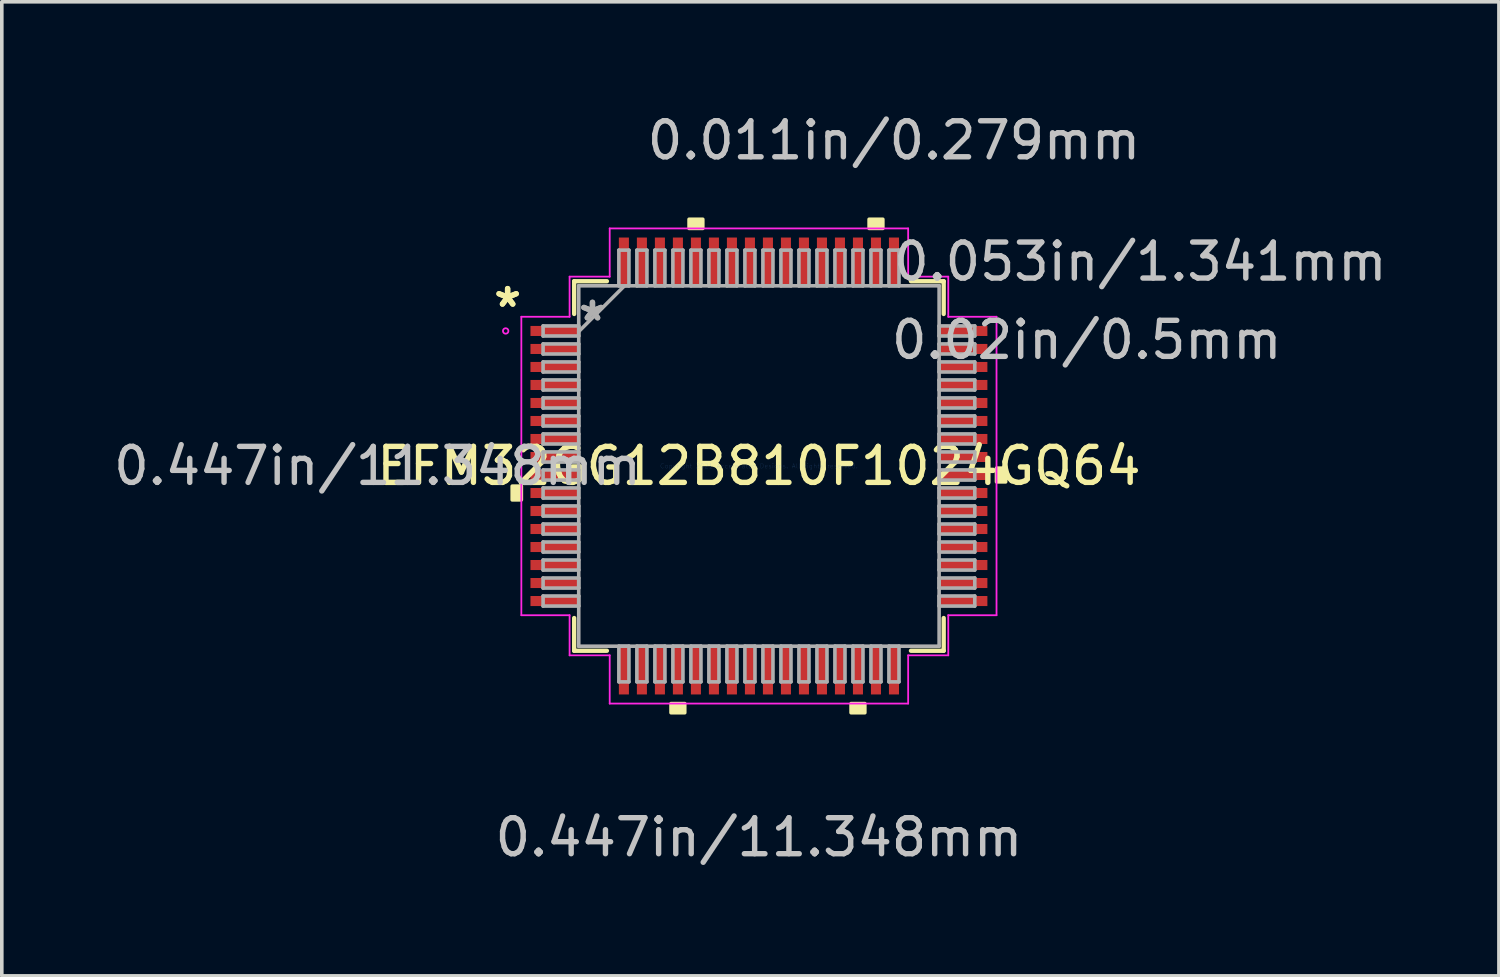
<source format=kicad_pcb>
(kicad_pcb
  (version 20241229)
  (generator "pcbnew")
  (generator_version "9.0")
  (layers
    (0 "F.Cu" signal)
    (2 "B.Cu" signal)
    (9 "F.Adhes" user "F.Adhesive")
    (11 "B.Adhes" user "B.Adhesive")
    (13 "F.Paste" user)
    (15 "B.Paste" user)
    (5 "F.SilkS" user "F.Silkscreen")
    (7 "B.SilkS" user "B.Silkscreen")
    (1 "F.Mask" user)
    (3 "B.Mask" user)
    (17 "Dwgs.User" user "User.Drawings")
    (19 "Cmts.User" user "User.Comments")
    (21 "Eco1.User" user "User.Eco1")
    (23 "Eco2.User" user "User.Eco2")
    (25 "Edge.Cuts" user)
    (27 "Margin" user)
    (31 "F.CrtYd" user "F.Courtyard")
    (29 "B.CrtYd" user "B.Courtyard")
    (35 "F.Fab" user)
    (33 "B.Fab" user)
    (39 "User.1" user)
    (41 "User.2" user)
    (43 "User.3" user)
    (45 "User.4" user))
  (footprint "EFM32GG12B810F1024GQ64"
    (layer "F.Cu")
    (at 18.026 9.891)
    (property "Reference" "EFM32GG12B810F1024GQ64" (at 0 0 0) (layer "F.SilkS") (effects (font (size 1 1) (thickness 0.15))))
    (attr through_hole)
    (fp_line (start -5.131 -5.131) (end -5.131 -4.222) (stroke (width 0.12) (type solid)) (layer "F.SilkS"))
    (fp_line (start -5.131 4.222) (end -5.131 5.131) (stroke (width 0.12) (type solid)) (layer "F.SilkS"))
    (fp_line (start -5.131 5.131) (end -4.222 5.131) (stroke (width 0.12) (type solid)) (layer "F.SilkS"))
    (fp_line (start -4.222 -5.131) (end -5.131 -5.131) (stroke (width 0.12) (type solid)) (layer "F.SilkS"))
    (fp_line (start 4.222 5.131) (end 5.131 5.131) (stroke (width 0.12) (type solid)) (layer "F.SilkS"))
    (fp_line (start 5.131 -5.131) (end 4.222 -5.131) (stroke (width 0.12) (type solid)) (layer "F.SilkS"))
    (fp_line (start 5.131 -4.222) (end 5.131 -5.131) (stroke (width 0.12) (type solid)) (layer "F.SilkS"))
    (fp_line (start 5.131 5.131) (end 5.131 4.222) (stroke (width 0.12) (type solid)) (layer "F.SilkS"))
    (fp_poly (pts (xy -6.852 0.56) (xy -6.852 0.941) (xy -6.598 0.941) (xy -6.598 0.56)) (stroke (width 0.1) (type solid)) (fill yes) (layer "F.SilkS"))
    (fp_poly (pts (xy -2.441 6.598) (xy -2.441 6.852) (xy -2.06 6.852) (xy -2.06 6.598)) (stroke (width 0.1) (type solid)) (fill yes) (layer "F.SilkS"))
    (fp_poly (pts (xy -1.94 -6.598) (xy -1.94 -6.852) (xy -1.559 -6.852) (xy -1.559 -6.598)) (stroke (width 0.1) (type solid)) (fill yes) (layer "F.SilkS"))
    (fp_poly (pts (xy 2.559 6.598) (xy 2.559 6.852) (xy 2.941 6.852) (xy 2.941 6.598)) (stroke (width 0.1) (type solid)) (fill yes) (layer "F.SilkS"))
    (fp_poly (pts (xy 3.06 -6.598) (xy 3.06 -6.852) (xy 3.441 -6.852) (xy 3.441 -6.598)) (stroke (width 0.1) (type solid)) (fill yes) (layer "F.SilkS"))
    (fp_poly (pts (xy 6.852 0.059) (xy 6.852 0.441) (xy 6.598 0.441) (xy 6.598 0.059)) (stroke (width 0.1) (type solid)) (fill yes) (layer "F.SilkS"))
    (fp_line (start -6.598 -4.144) (end -5.258 -4.144) (stroke (width 0.05) (type solid)) (layer "F.CrtYd"))
    (fp_line (start -6.598 4.144) (end -6.598 -4.144) (stroke (width 0.05) (type solid)) (layer "F.CrtYd"))
    (fp_line (start -5.258 -5.258) (end -4.144 -5.258) (stroke (width 0.05) (type solid)) (layer "F.CrtYd"))
    (fp_line (start -5.258 -4.144) (end -5.258 -5.258) (stroke (width 0.05) (type solid)) (layer "F.CrtYd"))
    (fp_line (start -5.258 4.144) (end -6.598 4.144) (stroke (width 0.05) (type solid)) (layer "F.CrtYd"))
    (fp_line (start -5.258 5.258) (end -5.258 4.144) (stroke (width 0.05) (type solid)) (layer "F.CrtYd"))
    (fp_line (start -4.144 -6.598) (end 4.144 -6.598) (stroke (width 0.05) (type solid)) (layer "F.CrtYd"))
    (fp_line (start -4.144 -5.258) (end -4.144 -6.598) (stroke (width 0.05) (type solid)) (layer "F.CrtYd"))
    (fp_line (start -4.144 5.258) (end -5.258 5.258) (stroke (width 0.05) (type solid)) (layer "F.CrtYd"))
    (fp_line (start -4.144 6.598) (end -4.144 5.258) (stroke (width 0.05) (type solid)) (layer "F.CrtYd"))
    (fp_line (start 4.144 -6.598) (end 4.144 -5.258) (stroke (width 0.05) (type solid)) (layer "F.CrtYd"))
    (fp_line (start 4.144 -5.258) (end 5.258 -5.258) (stroke (width 0.05) (type solid)) (layer "F.CrtYd"))
    (fp_line (start 4.144 5.258) (end 4.144 6.598) (stroke (width 0.05) (type solid)) (layer "F.CrtYd"))
    (fp_line (start 4.144 6.598) (end -4.144 6.598) (stroke (width 0.05) (type solid)) (layer "F.CrtYd"))
    (fp_line (start 5.258 -5.258) (end 5.258 -4.144) (stroke (width 0.05) (type solid)) (layer "F.CrtYd"))
    (fp_line (start 5.258 -4.144) (end 6.598 -4.144) (stroke (width 0.05) (type solid)) (layer "F.CrtYd"))
    (fp_line (start 5.258 4.144) (end 5.258 5.258) (stroke (width 0.05) (type solid)) (layer "F.CrtYd"))
    (fp_line (start 5.258 5.258) (end 4.144 5.258) (stroke (width 0.05) (type solid)) (layer "F.CrtYd"))
    (fp_line (start 6.598 -4.144) (end 6.598 4.144) (stroke (width 0.05) (type solid)) (layer "F.CrtYd"))
    (fp_line (start 6.598 4.144) (end 5.258 4.144) (stroke (width 0.05) (type solid)) (layer "F.CrtYd"))
    (fp_circle (center -7.033 -3.75) (end -6.957 -3.75) (stroke (width 0.05) (type solid)) (fill no) (layer "F.CrtYd"))
    (fp_line (start -5.994 -3.89) (end -5.994 -3.61) (stroke (width 0.1) (type solid)) (layer "F.Fab"))
    (fp_line (start -5.994 -3.61) (end -5.004 -3.61) (stroke (width 0.1) (type solid)) (layer "F.Fab"))
    (fp_line (start -5.994 -3.39) (end -5.994 -3.11) (stroke (width 0.1) (type solid)) (layer "F.Fab"))
    (fp_line (start -5.994 -3.11) (end -5.004 -3.11) (stroke (width 0.1) (type solid)) (layer "F.Fab"))
    (fp_line (start -5.994 -2.89) (end -5.994 -2.61) (stroke (width 0.1) (type solid)) (layer "F.Fab"))
    (fp_line (start -5.994 -2.61) (end -5.004 -2.61) (stroke (width 0.1) (type solid)) (layer "F.Fab"))
    (fp_line (start -5.994 -2.39) (end -5.994 -2.11) (stroke (width 0.1) (type solid)) (layer "F.Fab"))
    (fp_line (start -5.994 -2.11) (end -5.004 -2.11) (stroke (width 0.1) (type solid)) (layer "F.Fab"))
    (fp_line (start -5.994 -1.89) (end -5.994 -1.61) (stroke (width 0.1) (type solid)) (layer "F.Fab"))
    (fp_line (start -5.994 -1.61) (end -5.004 -1.61) (stroke (width 0.1) (type solid)) (layer "F.Fab"))
    (fp_line (start -5.994 -1.39) (end -5.994 -1.11) (stroke (width 0.1) (type solid)) (layer "F.Fab"))
    (fp_line (start -5.994 -1.11) (end -5.004 -1.11) (stroke (width 0.1) (type solid)) (layer "F.Fab"))
    (fp_line (start -5.994 -0.89) (end -5.994 -0.61) (stroke (width 0.1) (type solid)) (layer "F.Fab"))
    (fp_line (start -5.994 -0.61) (end -5.004 -0.61) (stroke (width 0.1) (type solid)) (layer "F.Fab"))
    (fp_line (start -5.994 -0.39) (end -5.994 -0.11) (stroke (width 0.1) (type solid)) (layer "F.Fab"))
    (fp_line (start -5.994 -0.11) (end -5.004 -0.11) (stroke (width 0.1) (type solid)) (layer "F.Fab"))
    (fp_line (start -5.994 0.11) (end -5.994 0.39) (stroke (width 0.1) (type solid)) (layer "F.Fab"))
    (fp_line (start -5.994 0.39) (end -5.004 0.39) (stroke (width 0.1) (type solid)) (layer "F.Fab"))
    (fp_line (start -5.994 0.61) (end -5.994 0.89) (stroke (width 0.1) (type solid)) (layer "F.Fab"))
    (fp_line (start -5.994 0.89) (end -5.004 0.89) (stroke (width 0.1) (type solid)) (layer "F.Fab"))
    (fp_line (start -5.994 1.11) (end -5.994 1.39) (stroke (width 0.1) (type solid)) (layer "F.Fab"))
    (fp_line (start -5.994 1.39) (end -5.004 1.39) (stroke (width 0.1) (type solid)) (layer "F.Fab"))
    (fp_line (start -5.994 1.61) (end -5.994 1.89) (stroke (width 0.1) (type solid)) (layer "F.Fab"))
    (fp_line (start -5.994 1.89) (end -5.004 1.89) (stroke (width 0.1) (type solid)) (layer "F.Fab"))
    (fp_line (start -5.994 2.11) (end -5.994 2.39) (stroke (width 0.1) (type solid)) (layer "F.Fab"))
    (fp_line (start -5.994 2.39) (end -5.004 2.39) (stroke (width 0.1) (type solid)) (layer "F.Fab"))
    (fp_line (start -5.994 2.61) (end -5.994 2.89) (stroke (width 0.1) (type solid)) (layer "F.Fab"))
    (fp_line (start -5.994 2.89) (end -5.004 2.89) (stroke (width 0.1) (type solid)) (layer "F.Fab"))
    (fp_line (start -5.994 3.11) (end -5.994 3.39) (stroke (width 0.1) (type solid)) (layer "F.Fab"))
    (fp_line (start -5.994 3.39) (end -5.004 3.39) (stroke (width 0.1) (type solid)) (layer "F.Fab"))
    (fp_line (start -5.994 3.61) (end -5.994 3.89) (stroke (width 0.1) (type solid)) (layer "F.Fab"))
    (fp_line (start -5.994 3.89) (end -5.004 3.89) (stroke (width 0.1) (type solid)) (layer "F.Fab"))
    (fp_line (start -5.004 -5.004) (end -5.004 -5.004) (stroke (width 0.1) (type solid)) (layer "F.Fab"))
    (fp_line (start -5.004 -5.004) (end -5.004 5.004) (stroke (width 0.1) (type solid)) (layer "F.Fab"))
    (fp_line (start -5.004 -3.89) (end -5.994 -3.89) (stroke (width 0.1) (type solid)) (layer "F.Fab"))
    (fp_line (start -5.004 -3.734) (end -3.734 -5.004) (stroke (width 0.1) (type solid)) (layer "F.Fab"))
    (fp_line (start -5.004 -3.61) (end -5.004 -3.89) (stroke (width 0.1) (type solid)) (layer "F.Fab"))
    (fp_line (start -5.004 -3.39) (end -5.994 -3.39) (stroke (width 0.1) (type solid)) (layer "F.Fab"))
    (fp_line (start -5.004 -3.11) (end -5.004 -3.39) (stroke (width 0.1) (type solid)) (layer "F.Fab"))
    (fp_line (start -5.004 -2.89) (end -5.994 -2.89) (stroke (width 0.1) (type solid)) (layer "F.Fab"))
    (fp_line (start -5.004 -2.61) (end -5.004 -2.89) (stroke (width 0.1) (type solid)) (layer "F.Fab"))
    (fp_line (start -5.004 -2.39) (end -5.994 -2.39) (stroke (width 0.1) (type solid)) (layer "F.Fab"))
    (fp_line (start -5.004 -2.11) (end -5.004 -2.39) (stroke (width 0.1) (type solid)) (layer "F.Fab"))
    (fp_line (start -5.004 -1.89) (end -5.994 -1.89) (stroke (width 0.1) (type solid)) (layer "F.Fab"))
    (fp_line (start -5.004 -1.61) (end -5.004 -1.89) (stroke (width 0.1) (type solid)) (layer "F.Fab"))
    (fp_line (start -5.004 -1.39) (end -5.994 -1.39) (stroke (width 0.1) (type solid)) (layer "F.Fab"))
    (fp_line (start -5.004 -1.11) (end -5.004 -1.39) (stroke (width 0.1) (type solid)) (layer "F.Fab"))
    (fp_line (start -5.004 -0.89) (end -5.994 -0.89) (stroke (width 0.1) (type solid)) (layer "F.Fab"))
    (fp_line (start -5.004 -0.61) (end -5.004 -0.89) (stroke (width 0.1) (type solid)) (layer "F.Fab"))
    (fp_line (start -5.004 -0.39) (end -5.994 -0.39) (stroke (width 0.1) (type solid)) (layer "F.Fab"))
    (fp_line (start -5.004 -0.11) (end -5.004 -0.39) (stroke (width 0.1) (type solid)) (layer "F.Fab"))
    (fp_line (start -5.004 0.11) (end -5.994 0.11) (stroke (width 0.1) (type solid)) (layer "F.Fab"))
    (fp_line (start -5.004 0.39) (end -5.004 0.11) (stroke (width 0.1) (type solid)) (layer "F.Fab"))
    (fp_line (start -5.004 0.61) (end -5.994 0.61) (stroke (width 0.1) (type solid)) (layer "F.Fab"))
    (fp_line (start -5.004 0.89) (end -5.004 0.61) (stroke (width 0.1) (type solid)) (layer "F.Fab"))
    (fp_line (start -5.004 1.11) (end -5.994 1.11) (stroke (width 0.1) (type solid)) (layer "F.Fab"))
    (fp_line (start -5.004 1.39) (end -5.004 1.11) (stroke (width 0.1) (type solid)) (layer "F.Fab"))
    (fp_line (start -5.004 1.61) (end -5.994 1.61) (stroke (width 0.1) (type solid)) (layer "F.Fab"))
    (fp_line (start -5.004 1.89) (end -5.004 1.61) (stroke (width 0.1) (type solid)) (layer "F.Fab"))
    (fp_line (start -5.004 2.11) (end -5.994 2.11) (stroke (width 0.1) (type solid)) (layer "F.Fab"))
    (fp_line (start -5.004 2.39) (end -5.004 2.11) (stroke (width 0.1) (type solid)) (layer "F.Fab"))
    (fp_line (start -5.004 2.61) (end -5.994 2.61) (stroke (width 0.1) (type solid)) (layer "F.Fab"))
    (fp_line (start -5.004 2.89) (end -5.004 2.61) (stroke (width 0.1) (type solid)) (layer "F.Fab"))
    (fp_line (start -5.004 3.11) (end -5.994 3.11) (stroke (width 0.1) (type solid)) (layer "F.Fab"))
    (fp_line (start -5.004 3.39) (end -5.004 3.11) (stroke (width 0.1) (type solid)) (layer "F.Fab"))
    (fp_line (start -5.004 3.61) (end -5.994 3.61) (stroke (width 0.1) (type solid)) (layer "F.Fab"))
    (fp_line (start -5.004 3.89) (end -5.004 3.61) (stroke (width 0.1) (type solid)) (layer "F.Fab"))
    (fp_line (start -5.004 5.004) (end -5.004 5.004) (stroke (width 0.1) (type solid)) (layer "F.Fab"))
    (fp_line (start -5.004 5.004) (end 5.004 5.004) (stroke (width 0.1) (type solid)) (layer "F.Fab"))
    (fp_line (start -3.89 -5.994) (end -3.89 -5.004) (stroke (width 0.1) (type solid)) (layer "F.Fab"))
    (fp_line (start -3.89 -5.004) (end -3.61 -5.004) (stroke (width 0.1) (type solid)) (layer "F.Fab"))
    (fp_line (start -3.89 5.004) (end -3.89 5.994) (stroke (width 0.1) (type solid)) (layer "F.Fab"))
    (fp_line (start -3.89 5.994) (end -3.61 5.994) (stroke (width 0.1) (type solid)) (layer "F.Fab"))
    (fp_line (start -3.61 -5.994) (end -3.89 -5.994) (stroke (width 0.1) (type solid)) (layer "F.Fab"))
    (fp_line (start -3.61 -5.004) (end -3.61 -5.994) (stroke (width 0.1) (type solid)) (layer "F.Fab"))
    (fp_line (start -3.61 5.004) (end -3.89 5.004) (stroke (width 0.1) (type solid)) (layer "F.Fab"))
    (fp_line (start -3.61 5.994) (end -3.61 5.004) (stroke (width 0.1) (type solid)) (layer "F.Fab"))
    (fp_line (start -3.39 -5.994) (end -3.39 -5.004) (stroke (width 0.1) (type solid)) (layer "F.Fab"))
    (fp_line (start -3.39 -5.004) (end -3.11 -5.004) (stroke (width 0.1) (type solid)) (layer "F.Fab"))
    (fp_line (start -3.39 5.004) (end -3.39 5.994) (stroke (width 0.1) (type solid)) (layer "F.Fab"))
    (fp_line (start -3.39 5.994) (end -3.11 5.994) (stroke (width 0.1) (type solid)) (layer "F.Fab"))
    (fp_line (start -3.11 -5.994) (end -3.39 -5.994) (stroke (width 0.1) (type solid)) (layer "F.Fab"))
    (fp_line (start -3.11 -5.004) (end -3.11 -5.994) (stroke (width 0.1) (type solid)) (layer "F.Fab"))
    (fp_line (start -3.11 5.004) (end -3.39 5.004) (stroke (width 0.1) (type solid)) (layer "F.Fab"))
    (fp_line (start -3.11 5.994) (end -3.11 5.004) (stroke (width 0.1) (type solid)) (layer "F.Fab"))
    (fp_line (start -2.89 -5.994) (end -2.89 -5.004) (stroke (width 0.1) (type solid)) (layer "F.Fab"))
    (fp_line (start -2.89 -5.004) (end -2.61 -5.004) (stroke (width 0.1) (type solid)) (layer "F.Fab"))
    (fp_line (start -2.89 5.004) (end -2.89 5.994) (stroke (width 0.1) (type solid)) (layer "F.Fab"))
    (fp_line (start -2.89 5.994) (end -2.61 5.994) (stroke (width 0.1) (type solid)) (layer "F.Fab"))
    (fp_line (start -2.61 -5.994) (end -2.89 -5.994) (stroke (width 0.1) (type solid)) (layer "F.Fab"))
    (fp_line (start -2.61 -5.004) (end -2.61 -5.994) (stroke (width 0.1) (type solid)) (layer "F.Fab"))
    (fp_line (start -2.61 5.004) (end -2.89 5.004) (stroke (width 0.1) (type solid)) (layer "F.Fab"))
    (fp_line (start -2.61 5.994) (end -2.61 5.004) (stroke (width 0.1) (type solid)) (layer "F.Fab"))
    (fp_line (start -2.39 -5.994) (end -2.39 -5.004) (stroke (width 0.1) (type solid)) (layer "F.Fab"))
    (fp_line (start -2.39 -5.004) (end -2.11 -5.004) (stroke (width 0.1) (type solid)) (layer "F.Fab"))
    (fp_line (start -2.39 5.004) (end -2.39 5.994) (stroke (width 0.1) (type solid)) (layer "F.Fab"))
    (fp_line (start -2.39 5.994) (end -2.11 5.994) (stroke (width 0.1) (type solid)) (layer "F.Fab"))
    (fp_line (start -2.11 -5.994) (end -2.39 -5.994) (stroke (width 0.1) (type solid)) (layer "F.Fab"))
    (fp_line (start -2.11 -5.004) (end -2.11 -5.994) (stroke (width 0.1) (type solid)) (layer "F.Fab"))
    (fp_line (start -2.11 5.004) (end -2.39 5.004) (stroke (width 0.1) (type solid)) (layer "F.Fab"))
    (fp_line (start -2.11 5.994) (end -2.11 5.004) (stroke (width 0.1) (type solid)) (layer "F.Fab"))
    (fp_line (start -1.89 -5.994) (end -1.89 -5.004) (stroke (width 0.1) (type solid)) (layer "F.Fab"))
    (fp_line (start -1.89 -5.004) (end -1.61 -5.004) (stroke (width 0.1) (type solid)) (layer "F.Fab"))
    (fp_line (start -1.89 5.004) (end -1.89 5.994) (stroke (width 0.1) (type solid)) (layer "F.Fab"))
    (fp_line (start -1.89 5.994) (end -1.61 5.994) (stroke (width 0.1) (type solid)) (layer "F.Fab"))
    (fp_line (start -1.61 -5.994) (end -1.89 -5.994) (stroke (width 0.1) (type solid)) (layer "F.Fab"))
    (fp_line (start -1.61 -5.004) (end -1.61 -5.994) (stroke (width 0.1) (type solid)) (layer "F.Fab"))
    (fp_line (start -1.61 5.004) (end -1.89 5.004) (stroke (width 0.1) (type solid)) (layer "F.Fab"))
    (fp_line (start -1.61 5.994) (end -1.61 5.004) (stroke (width 0.1) (type solid)) (layer "F.Fab"))
    (fp_line (start -1.39 -5.994) (end -1.39 -5.004) (stroke (width 0.1) (type solid)) (layer "F.Fab"))
    (fp_line (start -1.39 -5.004) (end -1.11 -5.004) (stroke (width 0.1) (type solid)) (layer "F.Fab"))
    (fp_line (start -1.39 5.004) (end -1.39 5.994) (stroke (width 0.1) (type solid)) (layer "F.Fab"))
    (fp_line (start -1.39 5.994) (end -1.11 5.994) (stroke (width 0.1) (type solid)) (layer "F.Fab"))
    (fp_line (start -1.11 -5.994) (end -1.39 -5.994) (stroke (width 0.1) (type solid)) (layer "F.Fab"))
    (fp_line (start -1.11 -5.004) (end -1.11 -5.994) (stroke (width 0.1) (type solid)) (layer "F.Fab"))
    (fp_line (start -1.11 5.004) (end -1.39 5.004) (stroke (width 0.1) (type solid)) (layer "F.Fab"))
    (fp_line (start -1.11 5.994) (end -1.11 5.004) (stroke (width 0.1) (type solid)) (layer "F.Fab"))
    (fp_line (start -0.89 -5.994) (end -0.89 -5.004) (stroke (width 0.1) (type solid)) (layer "F.Fab"))
    (fp_line (start -0.89 -5.004) (end -0.61 -5.004) (stroke (width 0.1) (type solid)) (layer "F.Fab"))
    (fp_line (start -0.89 5.004) (end -0.89 5.994) (stroke (width 0.1) (type solid)) (layer "F.Fab"))
    (fp_line (start -0.89 5.994) (end -0.61 5.994) (stroke (width 0.1) (type solid)) (layer "F.Fab"))
    (fp_line (start -0.61 -5.994) (end -0.89 -5.994) (stroke (width 0.1) (type solid)) (layer "F.Fab"))
    (fp_line (start -0.61 -5.004) (end -0.61 -5.994) (stroke (width 0.1) (type solid)) (layer "F.Fab"))
    (fp_line (start -0.61 5.004) (end -0.89 5.004) (stroke (width 0.1) (type solid)) (layer "F.Fab"))
    (fp_line (start -0.61 5.994) (end -0.61 5.004) (stroke (width 0.1) (type solid)) (layer "F.Fab"))
    (fp_line (start -0.39 -5.994) (end -0.39 -5.004) (stroke (width 0.1) (type solid)) (layer "F.Fab"))
    (fp_line (start -0.39 -5.004) (end -0.11 -5.004) (stroke (width 0.1) (type solid)) (layer "F.Fab"))
    (fp_line (start -0.39 5.004) (end -0.39 5.994) (stroke (width 0.1) (type solid)) (layer "F.Fab"))
    (fp_line (start -0.39 5.994) (end -0.11 5.994) (stroke (width 0.1) (type solid)) (layer "F.Fab"))
    (fp_line (start -0.11 -5.994) (end -0.39 -5.994) (stroke (width 0.1) (type solid)) (layer "F.Fab"))
    (fp_line (start -0.11 -5.004) (end -0.11 -5.994) (stroke (width 0.1) (type solid)) (layer "F.Fab"))
    (fp_line (start -0.11 5.004) (end -0.39 5.004) (stroke (width 0.1) (type solid)) (layer "F.Fab"))
    (fp_line (start -0.11 5.994) (end -0.11 5.004) (stroke (width 0.1) (type solid)) (layer "F.Fab"))
    (fp_line (start 0.11 -5.994) (end 0.11 -5.004) (stroke (width 0.1) (type solid)) (layer "F.Fab"))
    (fp_line (start 0.11 -5.004) (end 0.39 -5.004) (stroke (width 0.1) (type solid)) (layer "F.Fab"))
    (fp_line (start 0.11 5.004) (end 0.11 5.994) (stroke (width 0.1) (type solid)) (layer "F.Fab"))
    (fp_line (start 0.11 5.994) (end 0.39 5.994) (stroke (width 0.1) (type solid)) (layer "F.Fab"))
    (fp_line (start 0.39 -5.994) (end 0.11 -5.994) (stroke (width 0.1) (type solid)) (layer "F.Fab"))
    (fp_line (start 0.39 -5.004) (end 0.39 -5.994) (stroke (width 0.1) (type solid)) (layer "F.Fab"))
    (fp_line (start 0.39 5.004) (end 0.11 5.004) (stroke (width 0.1) (type solid)) (layer "F.Fab"))
    (fp_line (start 0.39 5.994) (end 0.39 5.004) (stroke (width 0.1) (type solid)) (layer "F.Fab"))
    (fp_line (start 0.61 -5.994) (end 0.61 -5.004) (stroke (width 0.1) (type solid)) (layer "F.Fab"))
    (fp_line (start 0.61 -5.004) (end 0.89 -5.004) (stroke (width 0.1) (type solid)) (layer "F.Fab"))
    (fp_line (start 0.61 5.004) (end 0.61 5.994) (stroke (width 0.1) (type solid)) (layer "F.Fab"))
    (fp_line (start 0.61 5.994) (end 0.89 5.994) (stroke (width 0.1) (type solid)) (layer "F.Fab"))
    (fp_line (start 0.89 -5.994) (end 0.61 -5.994) (stroke (width 0.1) (type solid)) (layer "F.Fab"))
    (fp_line (start 0.89 -5.004) (end 0.89 -5.994) (stroke (width 0.1) (type solid)) (layer "F.Fab"))
    (fp_line (start 0.89 5.004) (end 0.61 5.004) (stroke (width 0.1) (type solid)) (layer "F.Fab"))
    (fp_line (start 0.89 5.994) (end 0.89 5.004) (stroke (width 0.1) (type solid)) (layer "F.Fab"))
    (fp_line (start 1.11 -5.994) (end 1.11 -5.004) (stroke (width 0.1) (type solid)) (layer "F.Fab"))
    (fp_line (start 1.11 -5.004) (end 1.39 -5.004) (stroke (width 0.1) (type solid)) (layer "F.Fab"))
    (fp_line (start 1.11 5.004) (end 1.11 5.994) (stroke (width 0.1) (type solid)) (layer "F.Fab"))
    (fp_line (start 1.11 5.994) (end 1.39 5.994) (stroke (width 0.1) (type solid)) (layer "F.Fab"))
    (fp_line (start 1.39 -5.994) (end 1.11 -5.994) (stroke (width 0.1) (type solid)) (layer "F.Fab"))
    (fp_line (start 1.39 -5.004) (end 1.39 -5.994) (stroke (width 0.1) (type solid)) (layer "F.Fab"))
    (fp_line (start 1.39 5.004) (end 1.11 5.004) (stroke (width 0.1) (type solid)) (layer "F.Fab"))
    (fp_line (start 1.39 5.994) (end 1.39 5.004) (stroke (width 0.1) (type solid)) (layer "F.Fab"))
    (fp_line (start 1.61 -5.994) (end 1.61 -5.004) (stroke (width 0.1) (type solid)) (layer "F.Fab"))
    (fp_line (start 1.61 -5.004) (end 1.89 -5.004) (stroke (width 0.1) (type solid)) (layer "F.Fab"))
    (fp_line (start 1.61 5.004) (end 1.61 5.994) (stroke (width 0.1) (type solid)) (layer "F.Fab"))
    (fp_line (start 1.61 5.994) (end 1.89 5.994) (stroke (width 0.1) (type solid)) (layer "F.Fab"))
    (fp_line (start 1.89 -5.994) (end 1.61 -5.994) (stroke (width 0.1) (type solid)) (layer "F.Fab"))
    (fp_line (start 1.89 -5.004) (end 1.89 -5.994) (stroke (width 0.1) (type solid)) (layer "F.Fab"))
    (fp_line (start 1.89 5.004) (end 1.61 5.004) (stroke (width 0.1) (type solid)) (layer "F.Fab"))
    (fp_line (start 1.89 5.994) (end 1.89 5.004) (stroke (width 0.1) (type solid)) (layer "F.Fab"))
    (fp_line (start 2.11 -5.994) (end 2.11 -5.004) (stroke (width 0.1) (type solid)) (layer "F.Fab"))
    (fp_line (start 2.11 -5.004) (end 2.39 -5.004) (stroke (width 0.1) (type solid)) (layer "F.Fab"))
    (fp_line (start 2.11 5.004) (end 2.11 5.994) (stroke (width 0.1) (type solid)) (layer "F.Fab"))
    (fp_line (start 2.11 5.994) (end 2.39 5.994) (stroke (width 0.1) (type solid)) (layer "F.Fab"))
    (fp_line (start 2.39 -5.994) (end 2.11 -5.994) (stroke (width 0.1) (type solid)) (layer "F.Fab"))
    (fp_line (start 2.39 -5.004) (end 2.39 -5.994) (stroke (width 0.1) (type solid)) (layer "F.Fab"))
    (fp_line (start 2.39 5.004) (end 2.11 5.004) (stroke (width 0.1) (type solid)) (layer "F.Fab"))
    (fp_line (start 2.39 5.994) (end 2.39 5.004) (stroke (width 0.1) (type solid)) (layer "F.Fab"))
    (fp_line (start 2.61 -5.994) (end 2.61 -5.004) (stroke (width 0.1) (type solid)) (layer "F.Fab"))
    (fp_line (start 2.61 -5.004) (end 2.89 -5.004) (stroke (width 0.1) (type solid)) (layer "F.Fab"))
    (fp_line (start 2.61 5.004) (end 2.61 5.994) (stroke (width 0.1) (type solid)) (layer "F.Fab"))
    (fp_line (start 2.61 5.994) (end 2.89 5.994) (stroke (width 0.1) (type solid)) (layer "F.Fab"))
    (fp_line (start 2.89 -5.994) (end 2.61 -5.994) (stroke (width 0.1) (type solid)) (layer "F.Fab"))
    (fp_line (start 2.89 -5.004) (end 2.89 -5.994) (stroke (width 0.1) (type solid)) (layer "F.Fab"))
    (fp_line (start 2.89 5.004) (end 2.61 5.004) (stroke (width 0.1) (type solid)) (layer "F.Fab"))
    (fp_line (start 2.89 5.994) (end 2.89 5.004) (stroke (width 0.1) (type solid)) (layer "F.Fab"))
    (fp_line (start 3.11 -5.994) (end 3.11 -5.004) (stroke (width 0.1) (type solid)) (layer "F.Fab"))
    (fp_line (start 3.11 -5.004) (end 3.39 -5.004) (stroke (width 0.1) (type solid)) (layer "F.Fab"))
    (fp_line (start 3.11 5.004) (end 3.11 5.994) (stroke (width 0.1) (type solid)) (layer "F.Fab"))
    (fp_line (start 3.11 5.994) (end 3.39 5.994) (stroke (width 0.1) (type solid)) (layer "F.Fab"))
    (fp_line (start 3.39 -5.994) (end 3.11 -5.994) (stroke (width 0.1) (type solid)) (layer "F.Fab"))
    (fp_line (start 3.39 -5.004) (end 3.39 -5.994) (stroke (width 0.1) (type solid)) (layer "F.Fab"))
    (fp_line (start 3.39 5.004) (end 3.11 5.004) (stroke (width 0.1) (type solid)) (layer "F.Fab"))
    (fp_line (start 3.39 5.994) (end 3.39 5.004) (stroke (width 0.1) (type solid)) (layer "F.Fab"))
    (fp_line (start 3.61 -5.994) (end 3.61 -5.004) (stroke (width 0.1) (type solid)) (layer "F.Fab"))
    (fp_line (start 3.61 -5.004) (end 3.89 -5.004) (stroke (width 0.1) (type solid)) (layer "F.Fab"))
    (fp_line (start 3.61 5.004) (end 3.61 5.994) (stroke (width 0.1) (type solid)) (layer "F.Fab"))
    (fp_line (start 3.61 5.994) (end 3.89 5.994) (stroke (width 0.1) (type solid)) (layer "F.Fab"))
    (fp_line (start 3.89 -5.994) (end 3.61 -5.994) (stroke (width 0.1) (type solid)) (layer "F.Fab"))
    (fp_line (start 3.89 -5.004) (end 3.89 -5.994) (stroke (width 0.1) (type solid)) (layer "F.Fab"))
    (fp_line (start 3.89 5.004) (end 3.61 5.004) (stroke (width 0.1) (type solid)) (layer "F.Fab"))
    (fp_line (start 3.89 5.994) (end 3.89 5.004) (stroke (width 0.1) (type solid)) (layer "F.Fab"))
    (fp_line (start 5.004 -5.004) (end -5.004 -5.004) (stroke (width 0.1) (type solid)) (layer "F.Fab"))
    (fp_line (start 5.004 -5.004) (end 5.004 -5.004) (stroke (width 0.1) (type solid)) (layer "F.Fab"))
    (fp_line (start 5.004 -3.89) (end 5.004 -3.61) (stroke (width 0.1) (type solid)) (layer "F.Fab"))
    (fp_line (start 5.004 -3.61) (end 5.994 -3.61) (stroke (width 0.1) (type solid)) (layer "F.Fab"))
    (fp_line (start 5.004 -3.39) (end 5.004 -3.11) (stroke (width 0.1) (type solid)) (layer "F.Fab"))
    (fp_line (start 5.004 -3.11) (end 5.994 -3.11) (stroke (width 0.1) (type solid)) (layer "F.Fab"))
    (fp_line (start 5.004 -2.89) (end 5.004 -2.61) (stroke (width 0.1) (type solid)) (layer "F.Fab"))
    (fp_line (start 5.004 -2.61) (end 5.994 -2.61) (stroke (width 0.1) (type solid)) (layer "F.Fab"))
    (fp_line (start 5.004 -2.39) (end 5.004 -2.11) (stroke (width 0.1) (type solid)) (layer "F.Fab"))
    (fp_line (start 5.004 -2.11) (end 5.994 -2.11) (stroke (width 0.1) (type solid)) (layer "F.Fab"))
    (fp_line (start 5.004 -1.89) (end 5.004 -1.61) (stroke (width 0.1) (type solid)) (layer "F.Fab"))
    (fp_line (start 5.004 -1.61) (end 5.994 -1.61) (stroke (width 0.1) (type solid)) (layer "F.Fab"))
    (fp_line (start 5.004 -1.39) (end 5.004 -1.11) (stroke (width 0.1) (type solid)) (layer "F.Fab"))
    (fp_line (start 5.004 -1.11) (end 5.994 -1.11) (stroke (width 0.1) (type solid)) (layer "F.Fab"))
    (fp_line (start 5.004 -0.89) (end 5.004 -0.61) (stroke (width 0.1) (type solid)) (layer "F.Fab"))
    (fp_line (start 5.004 -0.61) (end 5.994 -0.61) (stroke (width 0.1) (type solid)) (layer "F.Fab"))
    (fp_line (start 5.004 -0.39) (end 5.004 -0.11) (stroke (width 0.1) (type solid)) (layer "F.Fab"))
    (fp_line (start 5.004 -0.11) (end 5.994 -0.11) (stroke (width 0.1) (type solid)) (layer "F.Fab"))
    (fp_line (start 5.004 0.11) (end 5.004 0.39) (stroke (width 0.1) (type solid)) (layer "F.Fab"))
    (fp_line (start 5.004 0.39) (end 5.994 0.39) (stroke (width 0.1) (type solid)) (layer "F.Fab"))
    (fp_line (start 5.004 0.61) (end 5.004 0.89) (stroke (width 0.1) (type solid)) (layer "F.Fab"))
    (fp_line (start 5.004 0.89) (end 5.994 0.89) (stroke (width 0.1) (type solid)) (layer "F.Fab"))
    (fp_line (start 5.004 1.11) (end 5.004 1.39) (stroke (width 0.1) (type solid)) (layer "F.Fab"))
    (fp_line (start 5.004 1.39) (end 5.994 1.39) (stroke (width 0.1) (type solid)) (layer "F.Fab"))
    (fp_line (start 5.004 1.61) (end 5.004 1.89) (stroke (width 0.1) (type solid)) (layer "F.Fab"))
    (fp_line (start 5.004 1.89) (end 5.994 1.89) (stroke (width 0.1) (type solid)) (layer "F.Fab"))
    (fp_line (start 5.004 2.11) (end 5.004 2.39) (stroke (width 0.1) (type solid)) (layer "F.Fab"))
    (fp_line (start 5.004 2.39) (end 5.994 2.39) (stroke (width 0.1) (type solid)) (layer "F.Fab"))
    (fp_line (start 5.004 2.61) (end 5.004 2.89) (stroke (width 0.1) (type solid)) (layer "F.Fab"))
    (fp_line (start 5.004 2.89) (end 5.994 2.89) (stroke (width 0.1) (type solid)) (layer "F.Fab"))
    (fp_line (start 5.004 3.11) (end 5.004 3.39) (stroke (width 0.1) (type solid)) (layer "F.Fab"))
    (fp_line (start 5.004 3.39) (end 5.994 3.39) (stroke (width 0.1) (type solid)) (layer "F.Fab"))
    (fp_line (start 5.004 3.61) (end 5.004 3.89) (stroke (width 0.1) (type solid)) (layer "F.Fab"))
    (fp_line (start 5.004 3.89) (end 5.994 3.89) (stroke (width 0.1) (type solid)) (layer "F.Fab"))
    (fp_line (start 5.004 5.004) (end 5.004 -5.004) (stroke (width 0.1) (type solid)) (layer "F.Fab"))
    (fp_line (start 5.004 5.004) (end 5.004 5.004) (stroke (width 0.1) (type solid)) (layer "F.Fab"))
    (fp_line (start 5.994 -3.89) (end 5.004 -3.89) (stroke (width 0.1) (type solid)) (layer "F.Fab"))
    (fp_line (start 5.994 -3.61) (end 5.994 -3.89) (stroke (width 0.1) (type solid)) (layer "F.Fab"))
    (fp_line (start 5.994 -3.39) (end 5.004 -3.39) (stroke (width 0.1) (type solid)) (layer "F.Fab"))
    (fp_line (start 5.994 -3.11) (end 5.994 -3.39) (stroke (width 0.1) (type solid)) (layer "F.Fab"))
    (fp_line (start 5.994 -2.89) (end 5.004 -2.89) (stroke (width 0.1) (type solid)) (layer "F.Fab"))
    (fp_line (start 5.994 -2.61) (end 5.994 -2.89) (stroke (width 0.1) (type solid)) (layer "F.Fab"))
    (fp_line (start 5.994 -2.39) (end 5.004 -2.39) (stroke (width 0.1) (type solid)) (layer "F.Fab"))
    (fp_line (start 5.994 -2.11) (end 5.994 -2.39) (stroke (width 0.1) (type solid)) (layer "F.Fab"))
    (fp_line (start 5.994 -1.89) (end 5.004 -1.89) (stroke (width 0.1) (type solid)) (layer "F.Fab"))
    (fp_line (start 5.994 -1.61) (end 5.994 -1.89) (stroke (width 0.1) (type solid)) (layer "F.Fab"))
    (fp_line (start 5.994 -1.39) (end 5.004 -1.39) (stroke (width 0.1) (type solid)) (layer "F.Fab"))
    (fp_line (start 5.994 -1.11) (end 5.994 -1.39) (stroke (width 0.1) (type solid)) (layer "F.Fab"))
    (fp_line (start 5.994 -0.89) (end 5.004 -0.89) (stroke (width 0.1) (type solid)) (layer "F.Fab"))
    (fp_line (start 5.994 -0.61) (end 5.994 -0.89) (stroke (width 0.1) (type solid)) (layer "F.Fab"))
    (fp_line (start 5.994 -0.39) (end 5.004 -0.39) (stroke (width 0.1) (type solid)) (layer "F.Fab"))
    (fp_line (start 5.994 -0.11) (end 5.994 -0.39) (stroke (width 0.1) (type solid)) (layer "F.Fab"))
    (fp_line (start 5.994 0.11) (end 5.004 0.11) (stroke (width 0.1) (type solid)) (layer "F.Fab"))
    (fp_line (start 5.994 0.39) (end 5.994 0.11) (stroke (width 0.1) (type solid)) (layer "F.Fab"))
    (fp_line (start 5.994 0.61) (end 5.004 0.61) (stroke (width 0.1) (type solid)) (layer "F.Fab"))
    (fp_line (start 5.994 0.89) (end 5.994 0.61) (stroke (width 0.1) (type solid)) (layer "F.Fab"))
    (fp_line (start 5.994 1.11) (end 5.004 1.11) (stroke (width 0.1) (type solid)) (layer "F.Fab"))
    (fp_line (start 5.994 1.39) (end 5.994 1.11) (stroke (width 0.1) (type solid)) (layer "F.Fab"))
    (fp_line (start 5.994 1.61) (end 5.004 1.61) (stroke (width 0.1) (type solid)) (layer "F.Fab"))
    (fp_line (start 5.994 1.89) (end 5.994 1.61) (stroke (width 0.1) (type solid)) (layer "F.Fab"))
    (fp_line (start 5.994 2.11) (end 5.004 2.11) (stroke (width 0.1) (type solid)) (layer "F.Fab"))
    (fp_line (start 5.994 2.39) (end 5.994 2.11) (stroke (width 0.1) (type solid)) (layer "F.Fab"))
    (fp_line (start 5.994 2.61) (end 5.004 2.61) (stroke (width 0.1) (type solid)) (layer "F.Fab"))
    (fp_line (start 5.994 2.89) (end 5.994 2.61) (stroke (width 0.1) (type solid)) (layer "F.Fab"))
    (fp_line (start 5.994 3.11) (end 5.004 3.11) (stroke (width 0.1) (type solid)) (layer "F.Fab"))
    (fp_line (start 5.994 3.39) (end 5.994 3.11) (stroke (width 0.1) (type solid)) (layer "F.Fab"))
    (fp_line (start 5.994 3.61) (end 5.004 3.61) (stroke (width 0.1) (type solid)) (layer "F.Fab"))
    (fp_line (start 5.994 3.89) (end 5.994 3.61) (stroke (width 0.1) (type solid)) (layer "F.Fab"))
    (fp_text user "*" (at -6.979 -4.381 0) (layer "F.SilkS") (effects (font (size 1 1) (thickness 0.15))))
    (fp_text user "*" (at -6.979 -4.381 0) (layer "F.SilkS") (effects (font (size 1 1) (thickness 0.15))))
    (fp_text user "0.053in/1.341mm" (at 10.592 -5.674 0) (layer "Dwgs.User") (effects (font (size 1 1) (thickness 0.15))))
    (fp_text user "0.447in/11.348mm" (at 0 10.312 0) (layer "Dwgs.User") (effects (font (size 1 1) (thickness 0.15))))
    (fp_text user "0.011in/0.279mm" (at 3.75 -9.042 0) (layer "Dwgs.User") (effects (font (size 1 1) (thickness 0.15))))
    (fp_text user "0.447in/11.348mm" (at -10.592 0 0) (layer "Dwgs.User") (effects (font (size 1 1) (thickness 0.15))))
    (fp_text user "0.02in/0.5mm" (at 9.103 -3.5 0) (layer "Dwgs.User") (effects (font (size 1 1) (thickness 0.15))))
    (fp_text user "Copyright 2021 Accelerated Designs. All rights reserved." (at 0 0 0) (layer "Cmts.User") (effects (font (size 0.127 0.127) (thickness 0.002))))
    (fp_text user "*" (at -4.623 -4 0) (layer "F.Fab") (effects (font (size 1 1) (thickness 0.15))))
    (fp_text user "*" (at -4.623 -4 0) (layer "F.Fab") (effects (font (size 1 1) (thickness 0.15))))
    (pad "1" smd rect (at -5.674 -3.75 90) (size 0.279 1.341) (layers "F.Cu" "F.Mask" "F.Paste"))
    (pad "2" smd rect (at -5.674 -3.25 90) (size 0.279 1.341) (layers "F.Cu" "F.Mask" "F.Paste"))
    (pad "3" smd rect (at -5.674 -2.75 90) (size 0.279 1.341) (layers "F.Cu" "F.Mask" "F.Paste"))
    (pad "4" smd rect (at -5.674 -2.25 90) (size 0.279 1.341) (layers "F.Cu" "F.Mask" "F.Paste"))
    (pad "5" smd rect (at -5.674 -1.75 90) (size 0.279 1.341) (layers "F.Cu" "F.Mask" "F.Paste"))
    (pad "6" smd rect (at -5.674 -1.25 90) (size 0.279 1.341) (layers "F.Cu" "F.Mask" "F.Paste"))
    (pad "7" smd rect (at -5.674 -0.75 90) (size 0.279 1.341) (layers "F.Cu" "F.Mask" "F.Paste"))
    (pad "8" smd rect (at -5.674 -0.25 90) (size 0.279 1.341) (layers "F.Cu" "F.Mask" "F.Paste"))
    (pad "9" smd rect (at -5.674 0.25 90) (size 0.279 1.341) (layers "F.Cu" "F.Mask" "F.Paste"))
    (pad "10" smd rect (at -5.674 0.75 90) (size 0.279 1.341) (layers "F.Cu" "F.Mask" "F.Paste"))
    (pad "11" smd rect (at -5.674 1.25 90) (size 0.279 1.341) (layers "F.Cu" "F.Mask" "F.Paste"))
    (pad "12" smd rect (at -5.674 1.75 90) (size 0.279 1.341) (layers "F.Cu" "F.Mask" "F.Paste"))
    (pad "13" smd rect (at -5.674 2.25 90) (size 0.279 1.341) (layers "F.Cu" "F.Mask" "F.Paste"))
    (pad "14" smd rect (at -5.674 2.75 90) (size 0.279 1.341) (layers "F.Cu" "F.Mask" "F.Paste"))
    (pad "15" smd rect (at -5.674 3.25 90) (size 0.279 1.341) (layers "F.Cu" "F.Mask" "F.Paste"))
    (pad "16" smd rect (at -5.674 3.75 90) (size 0.279 1.341) (layers "F.Cu" "F.Mask" "F.Paste"))
    (pad "17" smd rect (at -3.75 5.674) (size 0.279 1.341) (layers "F.Cu" "F.Mask" "F.Paste"))
    (pad "18" smd rect (at -3.25 5.674) (size 0.279 1.341) (layers "F.Cu" "F.Mask" "F.Paste"))
    (pad "19" smd rect (at -2.75 5.674) (size 0.279 1.341) (layers "F.Cu" "F.Mask" "F.Paste"))
    (pad "20" smd rect (at -2.25 5.674) (size 0.279 1.341) (layers "F.Cu" "F.Mask" "F.Paste"))
    (pad "21" smd rect (at -1.75 5.674) (size 0.279 1.341) (layers "F.Cu" "F.Mask" "F.Paste"))
    (pad "22" smd rect (at -1.25 5.674) (size 0.279 1.341) (layers "F.Cu" "F.Mask" "F.Paste"))
    (pad "23" smd rect (at -0.75 5.674) (size 0.279 1.341) (layers "F.Cu" "F.Mask" "F.Paste"))
    (pad "24" smd rect (at -0.25 5.674) (size 0.279 1.341) (layers "F.Cu" "F.Mask" "F.Paste"))
    (pad "25" smd rect (at 0.25 5.674) (size 0.279 1.341) (layers "F.Cu" "F.Mask" "F.Paste"))
    (pad "26" smd rect (at 0.75 5.674) (size 0.279 1.341) (layers "F.Cu" "F.Mask" "F.Paste"))
    (pad "27" smd rect (at 1.25 5.674) (size 0.279 1.341) (layers "F.Cu" "F.Mask" "F.Paste"))
    (pad "28" smd rect (at 1.75 5.674) (size 0.279 1.341) (layers "F.Cu" "F.Mask" "F.Paste"))
    (pad "29" smd rect (at 2.25 5.674) (size 0.279 1.341) (layers "F.Cu" "F.Mask" "F.Paste"))
    (pad "30" smd rect (at 2.75 5.674) (size 0.279 1.341) (layers "F.Cu" "F.Mask" "F.Paste"))
    (pad "31" smd rect (at 3.25 5.674) (size 0.279 1.341) (layers "F.Cu" "F.Mask" "F.Paste"))
    (pad "32" smd rect (at 3.75 5.674) (size 0.279 1.341) (layers "F.Cu" "F.Mask" "F.Paste"))
    (pad "33" smd rect (at 5.674 3.75 90) (size 0.279 1.341) (layers "F.Cu" "F.Mask" "F.Paste"))
    (pad "34" smd rect (at 5.674 3.25 90) (size 0.279 1.341) (layers "F.Cu" "F.Mask" "F.Paste"))
    (pad "35" smd rect (at 5.674 2.75 90) (size 0.279 1.341) (layers "F.Cu" "F.Mask" "F.Paste"))
    (pad "36" smd rect (at 5.674 2.25 90) (size 0.279 1.341) (layers "F.Cu" "F.Mask" "F.Paste"))
    (pad "37" smd rect (at 5.674 1.75 90) (size 0.279 1.341) (layers "F.Cu" "F.Mask" "F.Paste"))
    (pad "38" smd rect (at 5.674 1.25 90) (size 0.279 1.341) (layers "F.Cu" "F.Mask" "F.Paste"))
    (pad "39" smd rect (at 5.674 0.75 90) (size 0.279 1.341) (layers "F.Cu" "F.Mask" "F.Paste"))
    (pad "40" smd rect (at 5.674 0.25 90) (size 0.279 1.341) (layers "F.Cu" "F.Mask" "F.Paste"))
    (pad "41" smd rect (at 5.674 -0.25 90) (size 0.279 1.341) (layers "F.Cu" "F.Mask" "F.Paste"))
    (pad "42" smd rect (at 5.674 -0.75 90) (size 0.279 1.341) (layers "F.Cu" "F.Mask" "F.Paste"))
    (pad "43" smd rect (at 5.674 -1.25 90) (size 0.279 1.341) (layers "F.Cu" "F.Mask" "F.Paste"))
    (pad "44" smd rect (at 5.674 -1.75 90) (size 0.279 1.341) (layers "F.Cu" "F.Mask" "F.Paste"))
    (pad "45" smd rect (at 5.674 -2.25 90) (size 0.279 1.341) (layers "F.Cu" "F.Mask" "F.Paste"))
    (pad "46" smd rect (at 5.674 -2.75 90) (size 0.279 1.341) (layers "F.Cu" "F.Mask" "F.Paste"))
    (pad "47" smd rect (at 5.674 -3.25 90) (size 0.279 1.341) (layers "F.Cu" "F.Mask" "F.Paste"))
    (pad "48" smd rect (at 5.674 -3.75 90) (size 0.279 1.341) (layers "F.Cu" "F.Mask" "F.Paste"))
    (pad "49" smd rect (at 3.75 -5.674) (size 0.279 1.341) (layers "F.Cu" "F.Mask" "F.Paste"))
    (pad "50" smd rect (at 3.25 -5.674) (size 0.279 1.341) (layers "F.Cu" "F.Mask" "F.Paste"))
    (pad "51" smd rect (at 2.75 -5.674) (size 0.279 1.341) (layers "F.Cu" "F.Mask" "F.Paste"))
    (pad "52" smd rect (at 2.25 -5.674) (size 0.279 1.341) (layers "F.Cu" "F.Mask" "F.Paste"))
    (pad "53" smd rect (at 1.75 -5.674) (size 0.279 1.341) (layers "F.Cu" "F.Mask" "F.Paste"))
    (pad "54" smd rect (at 1.25 -5.674) (size 0.279 1.341) (layers "F.Cu" "F.Mask" "F.Paste"))
    (pad "55" smd rect (at 0.75 -5.674) (size 0.279 1.341) (layers "F.Cu" "F.Mask" "F.Paste"))
    (pad "56" smd rect (at 0.25 -5.674) (size 0.279 1.341) (layers "F.Cu" "F.Mask" "F.Paste"))
    (pad "57" smd rect (at -0.25 -5.674) (size 0.279 1.341) (layers "F.Cu" "F.Mask" "F.Paste"))
    (pad "58" smd rect (at -0.75 -5.674) (size 0.279 1.341) (layers "F.Cu" "F.Mask" "F.Paste"))
    (pad "59" smd rect (at -1.25 -5.674) (size 0.279 1.341) (layers "F.Cu" "F.Mask" "F.Paste"))
    (pad "60" smd rect (at -1.75 -5.674) (size 0.279 1.341) (layers "F.Cu" "F.Mask" "F.Paste"))
    (pad "61" smd rect (at -2.25 -5.674) (size 0.279 1.341) (layers "F.Cu" "F.Mask" "F.Paste"))
    (pad "62" smd rect (at -2.75 -5.674) (size 0.279 1.341) (layers "F.Cu" "F.Mask" "F.Paste"))
    (pad "63" smd rect (at -3.25 -5.674) (size 0.279 1.341) (layers "F.Cu" "F.Mask" "F.Paste"))
    (pad "64" smd rect (at -3.75 -5.674) (size 0.279 1.341) (layers "F.Cu" "F.Mask" "F.Paste")))
  (gr_rect
    (start -3 -3)
    (end 38.576 24.051)
    (stroke (width 0.1) (type default))
    (fill no)
    (layer "Edge.Cuts")))
</source>
